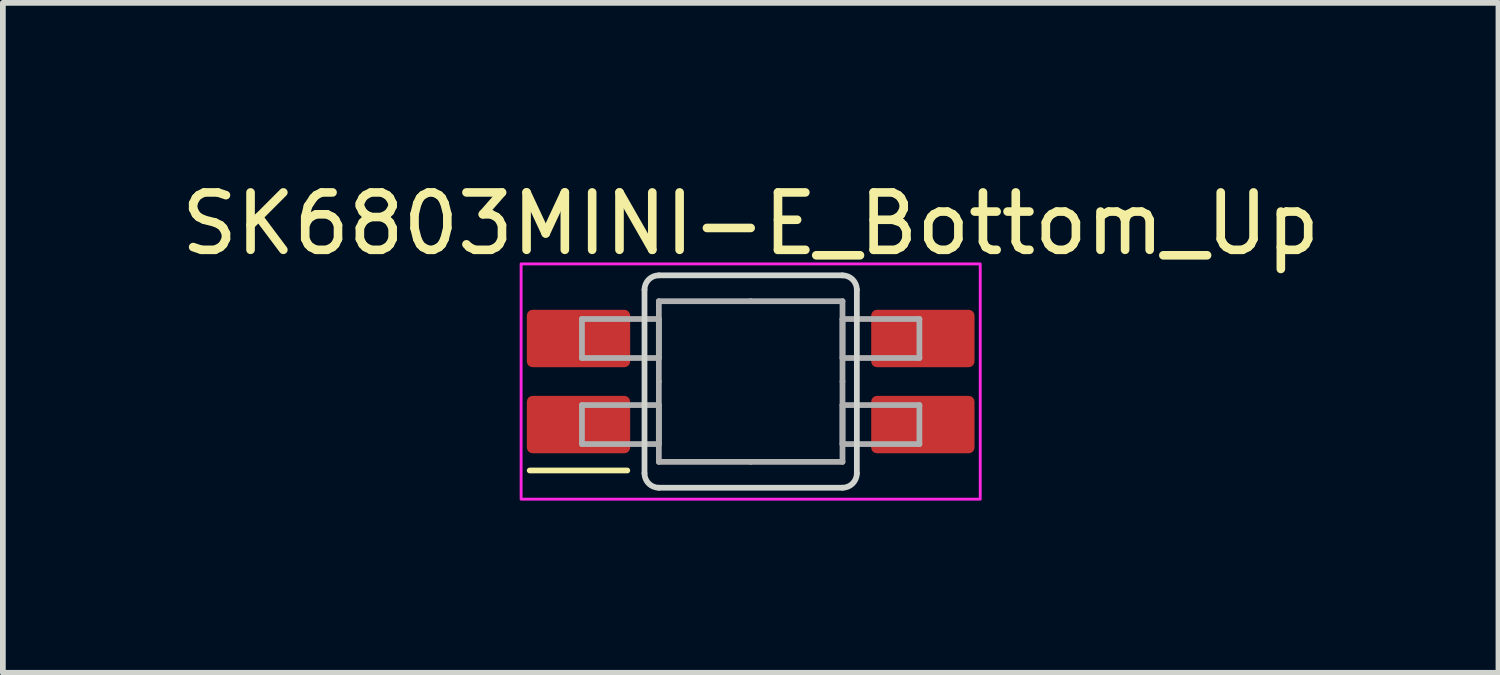
<source format=kicad_pcb>
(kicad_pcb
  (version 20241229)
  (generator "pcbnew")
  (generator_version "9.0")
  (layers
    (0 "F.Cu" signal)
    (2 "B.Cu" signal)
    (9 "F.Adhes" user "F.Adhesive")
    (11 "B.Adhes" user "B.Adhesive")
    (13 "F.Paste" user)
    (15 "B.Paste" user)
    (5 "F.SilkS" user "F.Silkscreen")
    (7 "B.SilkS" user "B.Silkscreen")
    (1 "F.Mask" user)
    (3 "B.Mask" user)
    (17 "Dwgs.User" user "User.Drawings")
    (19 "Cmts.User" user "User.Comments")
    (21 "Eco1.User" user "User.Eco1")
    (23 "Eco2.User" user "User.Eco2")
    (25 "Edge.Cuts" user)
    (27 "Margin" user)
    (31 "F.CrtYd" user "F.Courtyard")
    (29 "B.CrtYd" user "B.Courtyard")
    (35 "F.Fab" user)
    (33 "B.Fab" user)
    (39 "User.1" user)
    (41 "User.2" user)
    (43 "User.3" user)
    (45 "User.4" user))
  (footprint "SK6803MINI-E_Bottom_Up"
    (layer "F.Cu")
    (at 10.03 3.598)
    (property "Reference" "SK6803MINI-E_Bottom_Up" (at 0 -2.75 0) (unlocked yes) (layer "F.SilkS") (effects (font (size 1 1) (thickness 0.15))))
    (attr smd)
    (fp_line (start -3.85 1.55) (end -2.15 1.55) (stroke (width 0.1) (type solid)) (layer "F.SilkS"))
    (fp_line (start -1.85 1.6) (end -1.85 -1.6) (stroke (width 0.1) (type solid)) (layer "Edge.Cuts"))
    (fp_line (start -1.6 -1.85) (end 1.6 -1.85) (stroke (width 0.1) (type solid)) (layer "Edge.Cuts"))
    (fp_line (start 1.6 1.85) (end -1.6 1.85) (stroke (width 0.1) (type solid)) (layer "Edge.Cuts"))
    (fp_line (start 1.85 -1.6) (end 1.85 1.6) (stroke (width 0.1) (type solid)) (layer "Edge.Cuts"))
    (fp_arc (start -1.85 -1.6) (mid -1.776777 -1.776777) (end -1.6 -1.85) (stroke (width 0.1) (type solid)) (layer "Edge.Cuts"))
    (fp_arc (start -1.6 1.85) (mid -1.776777 1.776777) (end -1.85 1.6) (stroke (width 0.1) (type solid)) (layer "Edge.Cuts"))
    (fp_arc (start 1.6 -1.85) (mid 1.776777 -1.776777) (end 1.85 -1.6) (stroke (width 0.1) (type solid)) (layer "Edge.Cuts"))
    (fp_arc (start 1.85 1.6) (mid 1.776777 1.776777) (end 1.6 1.85) (stroke (width 0.1) (type solid)) (layer "Edge.Cuts"))
    (fp_rect (start -4 -2.05) (end 4 2.05) (stroke (width 0.05) (type solid)) (fill no) (layer "F.CrtYd"))
    (fp_line (start -2.94 -1.09) (end -1.6 -1.09) (stroke (width 0.1) (type solid)) (layer "F.Fab"))
    (fp_line (start -2.94 -0.41) (end -2.94 -1.09) (stroke (width 0.1) (type solid)) (layer "F.Fab"))
    (fp_line (start -2.94 0.41) (end -2.94 1.09) (stroke (width 0.1) (type solid)) (layer "F.Fab"))
    (fp_line (start -2.94 1.09) (end -1.6 1.09) (stroke (width 0.1) (type solid)) (layer "F.Fab"))
    (fp_line (start -1.6 -1.4) (end -1.6 0) (stroke (width 0.1) (type solid)) (layer "F.Fab"))
    (fp_line (start -1.6 -1.4) (end 0 -1.4) (stroke (width 0.1) (type solid)) (layer "F.Fab"))
    (fp_line (start -1.6 -1.09) (end -1.6 -0.41) (stroke (width 0.1) (type solid)) (layer "F.Fab"))
    (fp_line (start -1.6 -0.41) (end -2.94 -0.41) (stroke (width 0.1) (type solid)) (layer "F.Fab"))
    (fp_line (start -1.6 0.41) (end -2.94 0.41) (stroke (width 0.1) (type solid)) (layer "F.Fab"))
    (fp_line (start -1.6 1.09) (end -1.6 0.41) (stroke (width 0.1) (type solid)) (layer "F.Fab"))
    (fp_line (start -1.6 1.4) (end -1.6 0) (stroke (width 0.1) (type solid)) (layer "F.Fab"))
    (fp_line (start -1.6 1.4) (end 0 1.4) (stroke (width 0.1) (type solid)) (layer "F.Fab"))
    (fp_line (start 1.6 -1.4) (end 0 -1.4) (stroke (width 0.1) (type solid)) (layer "F.Fab"))
    (fp_line (start 1.6 -1.4) (end 1.6 0) (stroke (width 0.1) (type solid)) (layer "F.Fab"))
    (fp_line (start 1.6 -1.09) (end 1.6 -0.41) (stroke (width 0.1) (type solid)) (layer "F.Fab"))
    (fp_line (start 1.6 -0.41) (end 2.94 -0.41) (stroke (width 0.1) (type solid)) (layer "F.Fab"))
    (fp_line (start 1.6 0.41) (end 2.94 0.41) (stroke (width 0.1) (type solid)) (layer "F.Fab"))
    (fp_line (start 1.6 1.09) (end 1.6 0.41) (stroke (width 0.1) (type solid)) (layer "F.Fab"))
    (fp_line (start 1.6 1.4) (end 0 1.4) (stroke (width 0.1) (type solid)) (layer "F.Fab"))
    (fp_line (start 1.6 1.4) (end 1.6 0) (stroke (width 0.1) (type solid)) (layer "F.Fab"))
    (fp_line (start 2.94 -1.09) (end 1.6 -1.09) (stroke (width 0.1) (type solid)) (layer "F.Fab"))
    (fp_line (start 2.94 -0.41) (end 2.94 -1.09) (stroke (width 0.1) (type solid)) (layer "F.Fab"))
    (fp_line (start 2.94 0.41) (end 2.94 1.09) (stroke (width 0.1) (type solid)) (layer "F.Fab"))
    (fp_line (start 2.94 1.09) (end 1.6 1.09) (stroke (width 0.1) (type solid)) (layer "F.Fab"))
    (pad "1" smd roundrect (at -3 0.75) (size 1.8 1) (layers "F.Cu" "F.Mask" "F.Paste") (roundrect_rratio 0.1))
    (pad "2" smd roundrect (at -3 -0.75) (size 1.8 1) (layers "F.Cu" "F.Mask" "F.Paste") (roundrect_rratio 0.1))
    (pad "3" smd roundrect (at 3 -0.75) (size 1.8 1) (layers "F.Cu" "F.Mask" "F.Paste") (roundrect_rratio 0.1))
    (pad "4" smd roundrect (at 3 0.75) (size 1.8 1) (layers "F.Cu" "F.Mask" "F.Paste") (roundrect_rratio 0.1)))
  (gr_rect
    (start -3 -3)
    (end 23.06 8.673)
    (stroke (width 0.1) (type default))
    (fill no)
    (layer "Edge.Cuts")))
</source>
